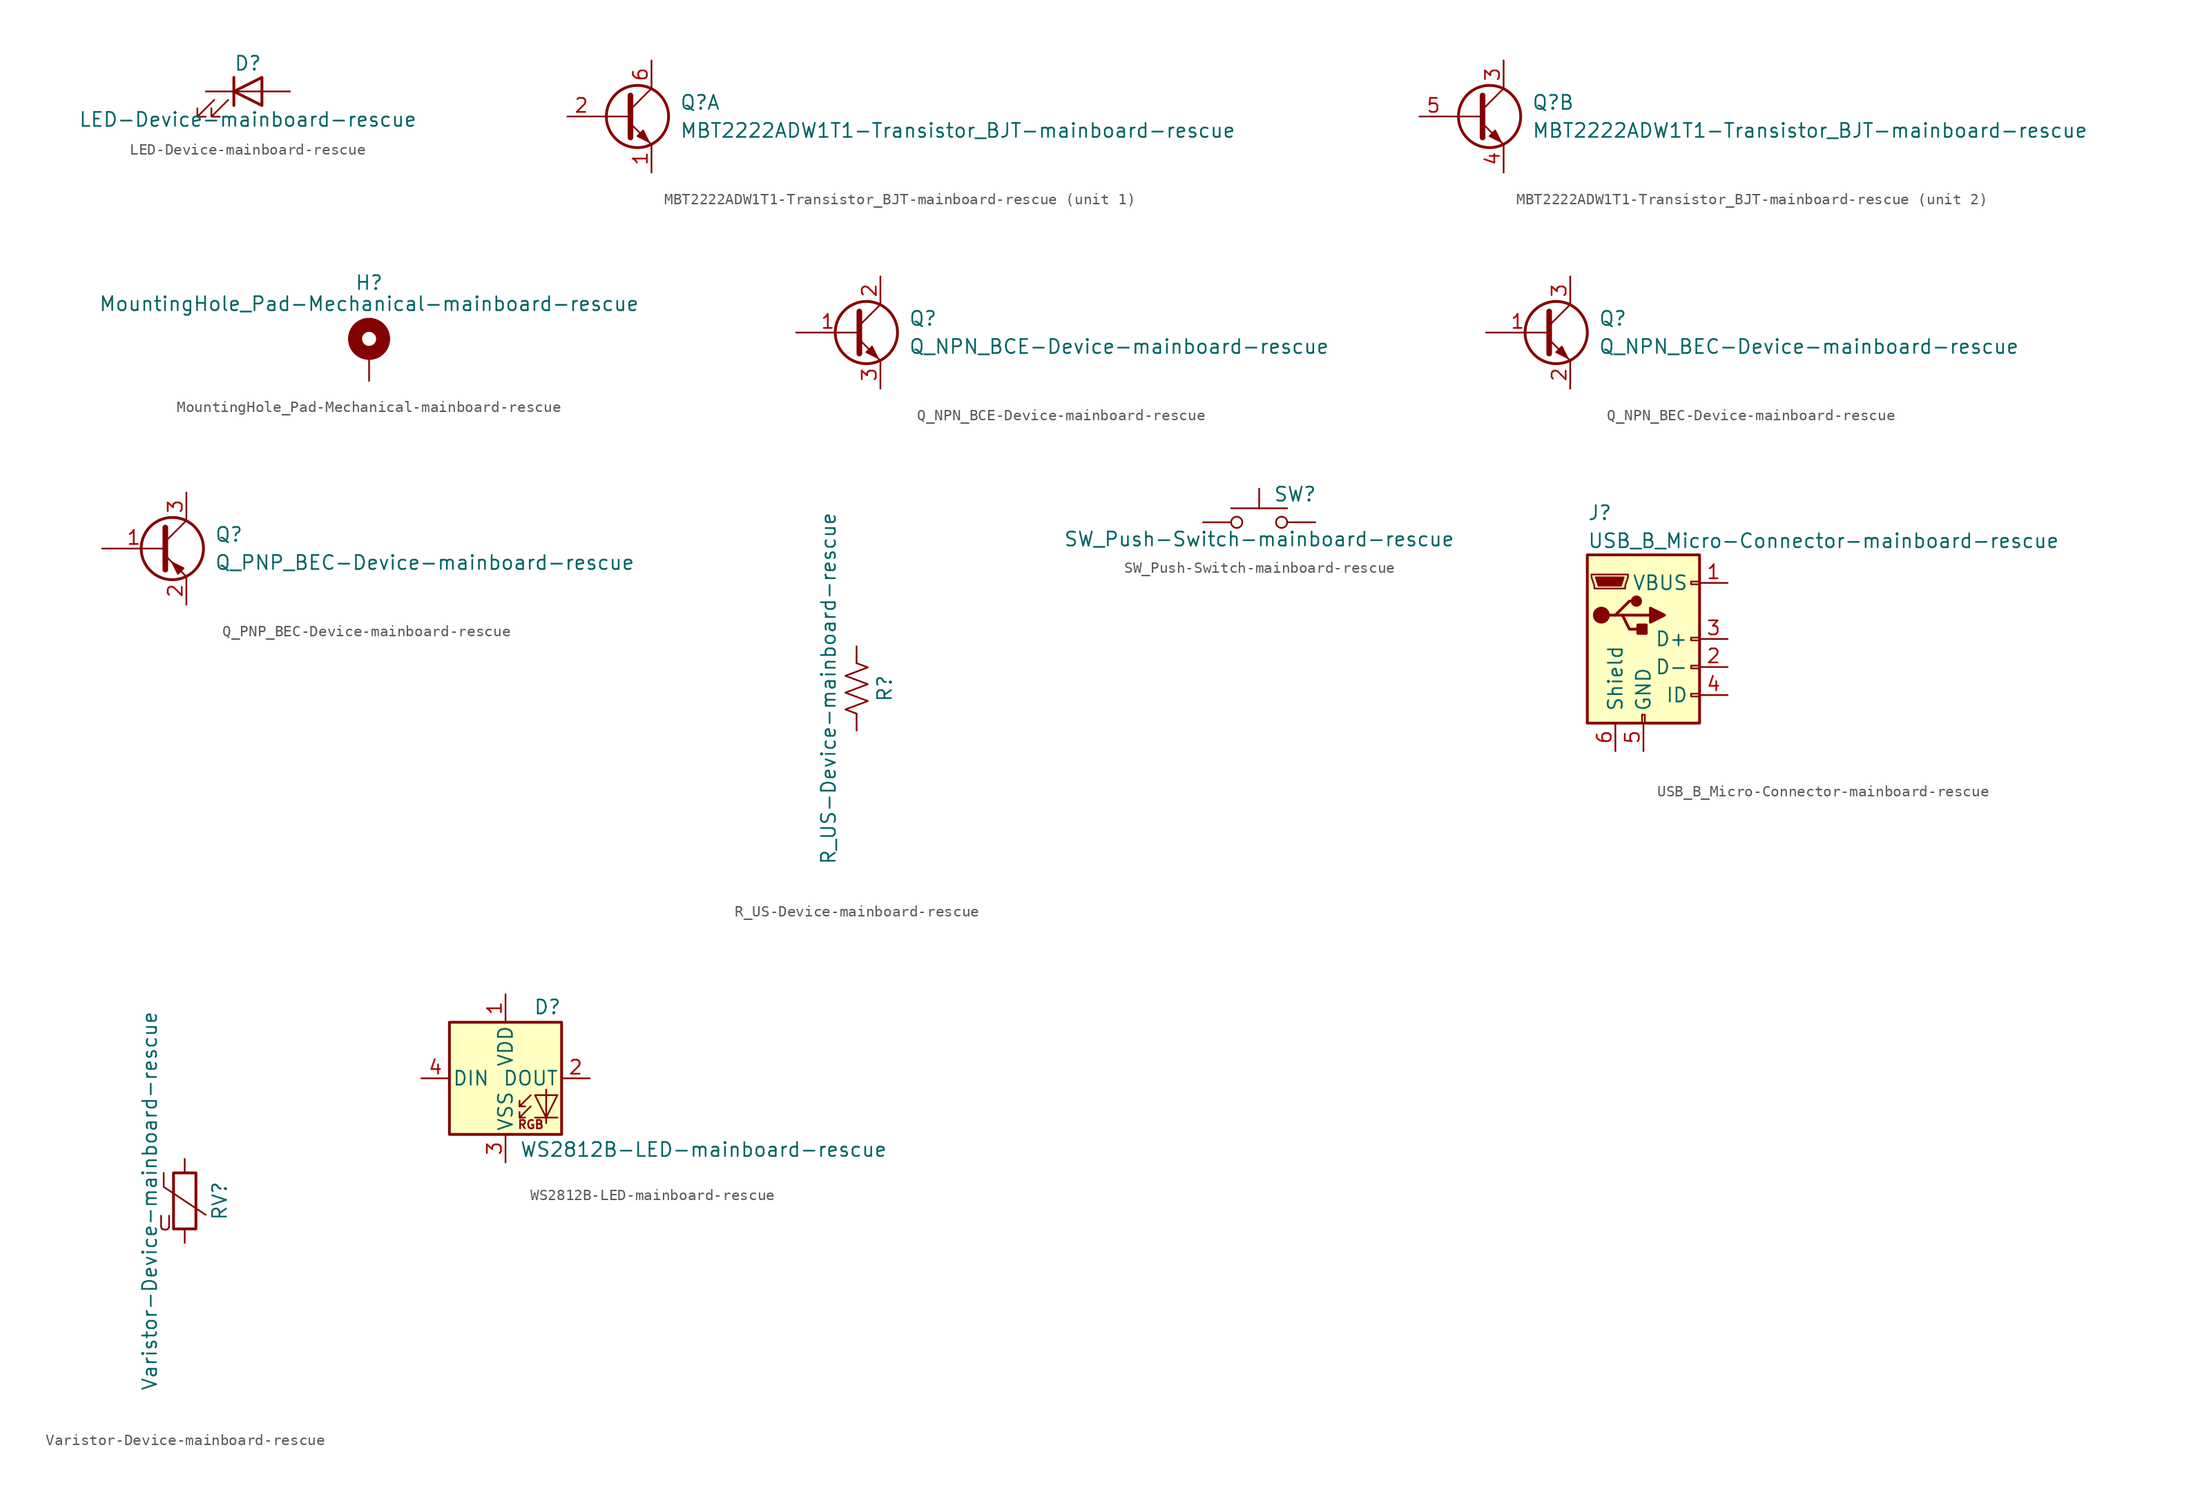
<source format=kicad_sym>
(kicad_symbol_lib
  (version 20211014)
  (generator kicad_symbol_editor)
  (symbol "LED-Device-mainboard-rescue"
    (pin_numbers hide)
    (pin_names
      (offset 1.016) hide)
    (property "Reference" "D"
      (at 0 2.54 0)
      (effects (font (size 1.27 1.27))))
    (property "Value" "LED-Device-mainboard-rescue"
      (at 0 -2.54 0)
      (effects (font (size 1.27 1.27))))
    (symbol "LED-Device-mainboard-rescue_0_1"
      (polyline (pts (xy -1.27 -1.27) (xy -1.27 1.27)) (stroke (width 0.254) (type default) (color 0 0 0 0)) (fill (type none)))
      (polyline (pts (xy -1.27 0) (xy 1.27 0)) (stroke (width 0) (type default) (color 0 0 0 0)) (fill (type none)))
      (polyline (pts (xy 1.27 -1.27) (xy 1.27 1.27) (xy -1.27 0) (xy 1.27 -1.27)) (stroke (width 0.254) (type default) (color 0 0 0 0)) (fill (type none)))
      (polyline (pts (xy -3.048 -0.762) (xy -4.572 -2.286) (xy -3.81 -2.286) (xy -4.572 -2.286) (xy -4.572 -1.524)) (stroke (width 0) (type default) (color 0 0 0 0)) (fill (type none)))
      (polyline (pts (xy -1.778 -0.762) (xy -3.302 -2.286) (xy -2.54 -2.286) (xy -3.302 -2.286) (xy -3.302 -1.524)) (stroke (width 0) (type default) (color 0 0 0 0)) (fill (type none))))
    (symbol "LED-Device-mainboard-rescue_1_1"
      (pin passive line (at -3.81 0 0) (length 2.54) (name "K" (effects (font (size 1.27 1.27)))) (number "1" (effects (font (size 1.27 1.27)))))
      (pin passive line (at 3.81 0 180) (length 2.54) (name "A" (effects (font (size 1.27 1.27)))) (number "2" (effects (font (size 1.27 1.27)))))))
  (symbol "MBT2222ADW1T1-Transistor_BJT-mainboard-rescue"
    (pin_names
      (offset 0) hide)
    (property "Reference" "Q"
      (at 5.08 1.27 0)
      (effects (font (size 1.27 1.27)) (justify left)))
    (property "Value" "MBT2222ADW1T1-Transistor_BJT-mainboard-rescue"
      (at 5.08 -1.27 0)
      (effects (font (size 1.27 1.27)) (justify left)))
    (property "ki_locked" ""
      (at 0 0 0)
      (effects (font (size 1.27 1.27))))
    (symbol "MBT2222ADW1T1-Transistor_BJT-mainboard-rescue_0_1"
      (polyline (pts (xy 0.635 0) (xy -2.54 0)) (stroke (width 0) (type default) (color 0 0 0 0)) (fill (type none)))
      (polyline (pts (xy 0.635 0.635) (xy 2.54 2.54)) (stroke (width 0) (type default) (color 0 0 0 0)) (fill (type none)))
      (polyline (pts (xy 0.635 -0.635) (xy 2.54 -2.54) (xy 2.54 -2.54)) (stroke (width 0) (type default) (color 0 0 0 0)) (fill (type none)))
      (polyline (pts (xy 0.635 1.905) (xy 0.635 -1.905) (xy 0.635 -1.905)) (stroke (width 0.508) (type default) (color 0 0 0 0)) (fill (type none)))
      (polyline (pts (xy 1.27 -1.778) (xy 1.778 -1.27) (xy 2.286 -2.286) (xy 1.27 -1.778) (xy 1.27 -1.778)) (stroke (width 0) (type default) (color 0 0 0 0)) (fill (type outline)))
      (circle (center 1.27 0) (radius 2.819) (stroke (width 0.254) (type default) (color 0 0 0 0)) (fill (type none))))
    (symbol "MBT2222ADW1T1-Transistor_BJT-mainboard-rescue_1_1"
      (pin passive line (at 2.54 -5.08 90) (length 2.54) (name "E1" (effects (font (size 1.27 1.27)))) (number "1" (effects (font (size 1.27 1.27)))))
      (pin input line (at -5.08 0 0) (length 2.54) (name "B1" (effects (font (size 1.27 1.27)))) (number "2" (effects (font (size 1.27 1.27)))))
      (pin passive line (at 2.54 5.08 270) (length 2.54) (name "C1" (effects (font (size 1.27 1.27)))) (number "6" (effects (font (size 1.27 1.27))))))
    (symbol "MBT2222ADW1T1-Transistor_BJT-mainboard-rescue_2_1"
      (pin passive line (at 2.54 5.08 270) (length 2.54) (name "C2" (effects (font (size 1.27 1.27)))) (number "3" (effects (font (size 1.27 1.27)))))
      (pin passive line (at 2.54 -5.08 90) (length 2.54) (name "E2" (effects (font (size 1.27 1.27)))) (number "4" (effects (font (size 1.27 1.27)))))
      (pin input line (at -5.08 0 0) (length 2.54) (name "B2" (effects (font (size 1.27 1.27)))) (number "5" (effects (font (size 1.27 1.27)))))))
  (symbol "MountingHole_Pad-Mechanical-mainboard-rescue"
    (pin_numbers hide)
    (pin_names
      (offset 1.016) hide)
    (property "Reference" "H"
      (at 0 6.35 0)
      (effects (font (size 1.27 1.27))))
    (property "Value" "MountingHole_Pad-Mechanical-mainboard-rescue"
      (at 0 4.445 0)
      (effects (font (size 1.27 1.27))))
    (symbol "MountingHole_Pad-Mechanical-mainboard-rescue_0_1"
      (circle (center 0 1.27) (radius 1.27) (stroke (width 1.27) (type default) (color 0 0 0 0)) (fill (type none))))
    (symbol "MountingHole_Pad-Mechanical-mainboard-rescue_1_1"
      (pin input line (at 0 -2.54 90) (length 2.54) (name "1" (effects (font (size 1.27 1.27)))) (number "1" (effects (font (size 1.27 1.27)))))))
  (symbol "Q_NPN_BCE-Device-mainboard-rescue"
    (pin_names
      (offset 0) hide)
    (property "Reference" "Q"
      (at 5.08 1.27 0)
      (effects (font (size 1.27 1.27)) (justify left)))
    (property "Value" "Q_NPN_BCE-Device-mainboard-rescue"
      (at 5.08 -1.27 0)
      (effects (font (size 1.27 1.27)) (justify left)))
    (symbol "Q_NPN_BCE-Device-mainboard-rescue_0_1"
      (polyline (pts (xy 0.635 0.635) (xy 2.54 2.54)) (stroke (width 0) (type default) (color 0 0 0 0)) (fill (type none)))
      (polyline (pts (xy 0.635 -0.635) (xy 2.54 -2.54) (xy 2.54 -2.54)) (stroke (width 0) (type default) (color 0 0 0 0)) (fill (type none)))
      (polyline (pts (xy 0.635 1.905) (xy 0.635 -1.905) (xy 0.635 -1.905)) (stroke (width 0.508) (type default) (color 0 0 0 0)) (fill (type none)))
      (polyline (pts (xy 1.27 -1.778) (xy 1.778 -1.27) (xy 2.286 -2.286) (xy 1.27 -1.778) (xy 1.27 -1.778)) (stroke (width 0) (type default) (color 0 0 0 0)) (fill (type outline)))
      (circle (center 1.27 0) (radius 2.819) (stroke (width 0.254) (type default) (color 0 0 0 0)) (fill (type none))))
    (symbol "Q_NPN_BCE-Device-mainboard-rescue_1_1"
      (pin input line (at -5.08 0 0) (length 5.715) (name "B" (effects (font (size 1.27 1.27)))) (number "1" (effects (font (size 1.27 1.27)))))
      (pin passive line (at 2.54 5.08 270) (length 2.54) (name "C" (effects (font (size 1.27 1.27)))) (number "2" (effects (font (size 1.27 1.27)))))
      (pin passive line (at 2.54 -5.08 90) (length 2.54) (name "E" (effects (font (size 1.27 1.27)))) (number "3" (effects (font (size 1.27 1.27)))))))
  (symbol "Q_NPN_BEC-Device-mainboard-rescue"
    (pin_names
      (offset 0) hide)
    (property "Reference" "Q"
      (at 5.08 1.27 0)
      (effects (font (size 1.27 1.27)) (justify left)))
    (property "Value" "Q_NPN_BEC-Device-mainboard-rescue"
      (at 5.08 -1.27 0)
      (effects (font (size 1.27 1.27)) (justify left)))
    (symbol "Q_NPN_BEC-Device-mainboard-rescue_0_1"
      (polyline (pts (xy 0.635 0.635) (xy 2.54 2.54)) (stroke (width 0) (type default) (color 0 0 0 0)) (fill (type none)))
      (polyline (pts (xy 0.635 -0.635) (xy 2.54 -2.54) (xy 2.54 -2.54)) (stroke (width 0) (type default) (color 0 0 0 0)) (fill (type none)))
      (polyline (pts (xy 0.635 1.905) (xy 0.635 -1.905) (xy 0.635 -1.905)) (stroke (width 0.508) (type default) (color 0 0 0 0)) (fill (type none)))
      (polyline (pts (xy 1.27 -1.778) (xy 1.778 -1.27) (xy 2.286 -2.286) (xy 1.27 -1.778) (xy 1.27 -1.778)) (stroke (width 0) (type default) (color 0 0 0 0)) (fill (type outline)))
      (circle (center 1.27 0) (radius 2.819) (stroke (width 0.254) (type default) (color 0 0 0 0)) (fill (type none))))
    (symbol "Q_NPN_BEC-Device-mainboard-rescue_1_1"
      (pin input line (at -5.08 0 0) (length 5.715) (name "B" (effects (font (size 1.27 1.27)))) (number "1" (effects (font (size 1.27 1.27)))))
      (pin passive line (at 2.54 -5.08 90) (length 2.54) (name "E" (effects (font (size 1.27 1.27)))) (number "2" (effects (font (size 1.27 1.27)))))
      (pin passive line (at 2.54 5.08 270) (length 2.54) (name "C" (effects (font (size 1.27 1.27)))) (number "3" (effects (font (size 1.27 1.27)))))))
  (symbol "Q_PNP_BEC-Device-mainboard-rescue"
    (pin_names
      (offset 0) hide)
    (property "Reference" "Q"
      (at 5.08 1.27 0)
      (effects (font (size 1.27 1.27)) (justify left)))
    (property "Value" "Q_PNP_BEC-Device-mainboard-rescue"
      (at 5.08 -1.27 0)
      (effects (font (size 1.27 1.27)) (justify left)))
    (symbol "Q_PNP_BEC-Device-mainboard-rescue_0_1"
      (polyline (pts (xy 0.635 0.635) (xy 2.54 2.54)) (stroke (width 0) (type default) (color 0 0 0 0)) (fill (type none)))
      (polyline (pts (xy 0.635 -0.635) (xy 2.54 -2.54) (xy 2.54 -2.54)) (stroke (width 0) (type default) (color 0 0 0 0)) (fill (type none)))
      (polyline (pts (xy 0.635 1.905) (xy 0.635 -1.905) (xy 0.635 -1.905)) (stroke (width 0.508) (type default) (color 0 0 0 0)) (fill (type none)))
      (polyline (pts (xy 2.286 -1.778) (xy 1.778 -2.286) (xy 1.27 -1.27) (xy 2.286 -1.778) (xy 2.286 -1.778)) (stroke (width 0) (type default) (color 0 0 0 0)) (fill (type outline)))
      (circle (center 1.27 0) (radius 2.819) (stroke (width 0.254) (type default) (color 0 0 0 0)) (fill (type none))))
    (symbol "Q_PNP_BEC-Device-mainboard-rescue_1_1"
      (pin input line (at -5.08 0 0) (length 5.715) (name "B" (effects (font (size 1.27 1.27)))) (number "1" (effects (font (size 1.27 1.27)))))
      (pin passive line (at 2.54 -5.08 90) (length 2.54) (name "E" (effects (font (size 1.27 1.27)))) (number "2" (effects (font (size 1.27 1.27)))))
      (pin passive line (at 2.54 5.08 270) (length 2.54) (name "C" (effects (font (size 1.27 1.27)))) (number "3" (effects (font (size 1.27 1.27)))))))
  (symbol "R_US-Device-mainboard-rescue"
    (pin_numbers hide)
    (pin_names
      (offset 0))
    (property "Reference" "R"
      (at 2.54 0 90)
      (effects (font (size 1.27 1.27))))
    (property "Value" "R_US-Device-mainboard-rescue"
      (at -2.54 0 90)
      (effects (font (size 1.27 1.27))))
    (symbol "R_US-Device-mainboard-rescue_0_1"
      (polyline (pts (xy 0 -2.286) (xy 0 -2.54)) (stroke (width 0) (type default) (color 0 0 0 0)) (fill (type none)))
      (polyline (pts (xy 0 2.286) (xy 0 2.54)) (stroke (width 0) (type default) (color 0 0 0 0)) (fill (type none)))
      (polyline (pts (xy 0 -0.762) (xy 1.016 -1.143) (xy 0 -1.524) (xy -1.016 -1.905) (xy 0 -2.286)) (stroke (width 0) (type default) (color 0 0 0 0)) (fill (type none)))
      (polyline (pts (xy 0 0.762) (xy 1.016 0.381) (xy 0 0) (xy -1.016 -0.381) (xy 0 -0.762)) (stroke (width 0) (type default) (color 0 0 0 0)) (fill (type none)))
      (polyline (pts (xy 0 2.286) (xy 1.016 1.905) (xy 0 1.524) (xy -1.016 1.143) (xy 0 0.762)) (stroke (width 0) (type default) (color 0 0 0 0)) (fill (type none))))
    (symbol "R_US-Device-mainboard-rescue_1_1"
      (pin passive line (at 0 3.81 270) (length 1.27) (name "~" (effects (font (size 1.27 1.27)))) (number "1" (effects (font (size 1.27 1.27)))))
      (pin passive line (at 0 -3.81 90) (length 1.27) (name "~" (effects (font (size 1.27 1.27)))) (number "2" (effects (font (size 1.27 1.27)))))))
  (symbol "SW_Push-Switch-mainboard-rescue"
    (pin_numbers hide)
    (pin_names
      (offset 1.016) hide)
    (property "Reference" "SW"
      (at 1.27 2.54 0)
      (effects (font (size 1.27 1.27)) (justify left)))
    (property "Value" "SW_Push-Switch-mainboard-rescue"
      (at 0 -1.524 0)
      (effects (font (size 1.27 1.27))))
    (symbol "SW_Push-Switch-mainboard-rescue_0_1"
      (circle (center -2.032 0) (radius 0.508) (stroke (width 0) (type default) (color 0 0 0 0)) (fill (type none)))
      (polyline (pts (xy 0 1.27) (xy 0 3.048)) (stroke (width 0) (type default) (color 0 0 0 0)) (fill (type none)))
      (polyline (pts (xy 2.54 1.27) (xy -2.54 1.27)) (stroke (width 0) (type default) (color 0 0 0 0)) (fill (type none)))
      (circle (center 2.032 0) (radius 0.508) (stroke (width 0) (type default) (color 0 0 0 0)) (fill (type none)))
      (pin passive line (at -5.08 0 0) (length 2.54) (name "1" (effects (font (size 1.27 1.27)))) (number "1" (effects (font (size 1.27 1.27)))))
      (pin passive line (at 5.08 0 180) (length 2.54) (name "2" (effects (font (size 1.27 1.27)))) (number "2" (effects (font (size 1.27 1.27)))))))
  (symbol "USB_B_Micro-Connector-mainboard-rescue"
    (pin_names
      (offset 1.016))
    (property "Reference" "J"
      (at -5.08 11.43 0)
      (effects (font (size 1.27 1.27)) (justify left)))
    (property "Value" "USB_B_Micro-Connector-mainboard-rescue"
      (at -5.08 8.89 0)
      (effects (font (size 1.27 1.27)) (justify left)))
    (symbol "USB_B_Micro-Connector-mainboard-rescue_0_1"
      (rectangle (start -5.08 -7.62) (end 5.08 7.62) (stroke (width 0.254) (type default) (color 0 0 0 0)) (fill (type background)))
      (circle (center -3.81 2.159) (radius 0.635) (stroke (width 0.254) (type default) (color 0 0 0 0)) (fill (type outline)))
      (circle (center -0.635 3.429) (radius 0.381) (stroke (width 0.254) (type default) (color 0 0 0 0)) (fill (type outline)))
      (rectangle (start -0.127 -7.62) (end 0.127 -6.858) (stroke (width 0) (type default) (color 0 0 0 0)) (fill (type none)))
      (polyline (pts (xy -1.905 2.159) (xy 0.635 2.159)) (stroke (width 0.254) (type default) (color 0 0 0 0)) (fill (type none)))
      (polyline (pts (xy -3.175 2.159) (xy -2.54 2.159) (xy -1.27 3.429) (xy -0.635 3.429)) (stroke (width 0.254) (type default) (color 0 0 0 0)) (fill (type none)))
      (polyline (pts (xy -2.54 2.159) (xy -1.905 2.159) (xy -1.27 0.889) (xy 0 0.889)) (stroke (width 0.254) (type default) (color 0 0 0 0)) (fill (type none)))
      (polyline (pts (xy 0.635 2.794) (xy 0.635 1.524) (xy 1.905 2.159) (xy 0.635 2.794)) (stroke (width 0.254) (type default) (color 0 0 0 0)) (fill (type outline)))
      (polyline (pts (xy -4.318 5.588) (xy -1.778 5.588) (xy -2.032 4.826) (xy -4.064 4.826) (xy -4.318 5.588)) (stroke (width 0) (type default) (color 0 0 0 0)) (fill (type outline)))
      (polyline (pts (xy -4.699 5.842) (xy -4.699 5.588) (xy -4.445 4.826) (xy -4.445 4.572) (xy -1.651 4.572) (xy -1.651 4.826) (xy -1.397 5.588) (xy -1.397 5.842) (xy -4.699 5.842)) (stroke (width 0) (type default) (color 0 0 0 0)) (fill (type none)))
      (rectangle (start 0.254 1.27) (end -0.508 0.508) (stroke (width 0.254) (type default) (color 0 0 0 0)) (fill (type outline)))
      (rectangle (start 5.08 -5.207) (end 4.318 -4.953) (stroke (width 0) (type default) (color 0 0 0 0)) (fill (type none)))
      (rectangle (start 5.08 -2.667) (end 4.318 -2.413) (stroke (width 0) (type default) (color 0 0 0 0)) (fill (type none)))
      (rectangle (start 5.08 -0.127) (end 4.318 0.127) (stroke (width 0) (type default) (color 0 0 0 0)) (fill (type none)))
      (rectangle (start 5.08 4.953) (end 4.318 5.207) (stroke (width 0) (type default) (color 0 0 0 0)) (fill (type none))))
    (symbol "USB_B_Micro-Connector-mainboard-rescue_1_1"
      (pin power_out line (at 7.62 5.08 180) (length 2.54) (name "VBUS" (effects (font (size 1.27 1.27)))) (number "1" (effects (font (size 1.27 1.27)))))
      (pin bidirectional line (at 7.62 -2.54 180) (length 2.54) (name "D-" (effects (font (size 1.27 1.27)))) (number "2" (effects (font (size 1.27 1.27)))))
      (pin bidirectional line (at 7.62 0 180) (length 2.54) (name "D+" (effects (font (size 1.27 1.27)))) (number "3" (effects (font (size 1.27 1.27)))))
      (pin passive line (at 7.62 -5.08 180) (length 2.54) (name "ID" (effects (font (size 1.27 1.27)))) (number "4" (effects (font (size 1.27 1.27)))))
      (pin power_out line (at 0 -10.16 90) (length 2.54) (name "GND" (effects (font (size 1.27 1.27)))) (number "5" (effects (font (size 1.27 1.27)))))
      (pin passive line (at -2.54 -10.16 90) (length 2.54) (name "Shield" (effects (font (size 1.27 1.27)))) (number "6" (effects (font (size 1.27 1.27)))))))
  (symbol "Varistor-Device-mainboard-rescue"
    (pin_numbers hide)
    (pin_names
      (offset 0))
    (property "Reference" "RV"
      (at 3.175 0 90)
      (effects (font (size 1.27 1.27))))
    (property "Value" "Varistor-Device-mainboard-rescue"
      (at -3.175 0 90)
      (effects (font (size 1.27 1.27))))
    (symbol "Varistor-Device-mainboard-rescue_0_0"
      (text "U" (at -1.778 -2.032 0) (effects (font (size 1.27 1.27)))))
    (symbol "Varistor-Device-mainboard-rescue_0_1"
      (rectangle (start -1.016 -2.54) (end 1.016 2.54) (stroke (width 0.254) (type default) (color 0 0 0 0)) (fill (type none)))
      (polyline (pts (xy -1.905 2.54) (xy -1.905 1.27) (xy 1.905 -1.27)) (stroke (width 0) (type default) (color 0 0 0 0)) (fill (type none))))
    (symbol "Varistor-Device-mainboard-rescue_1_1"
      (pin passive line (at 0 3.81 270) (length 1.27) (name "~" (effects (font (size 1.27 1.27)))) (number "1" (effects (font (size 1.27 1.27)))))
      (pin passive line (at 0 -3.81 90) (length 1.27) (name "~" (effects (font (size 1.27 1.27)))) (number "2" (effects (font (size 1.27 1.27)))))))
  (symbol "WS2812B-LED-mainboard-rescue"
    (pin_names
      (offset 0.254))
    (property "Reference" "D"
      (at 5.08 5.715 0)
      (effects (font (size 1.27 1.27)) (justify right bottom)))
    (property "Value" "WS2812B-LED-mainboard-rescue"
      (at 1.27 -5.715 0)
      (effects (font (size 1.27 1.27)) (justify left top)))
    (symbol "WS2812B-LED-mainboard-rescue_0_0"
      (text "RGB" (at 2.286 -4.191 0) (effects (font (size 0.762 0.762)))))
    (symbol "WS2812B-LED-mainboard-rescue_0_1"
      (polyline (pts (xy 1.27 -3.556) (xy 1.778 -3.556)) (stroke (width 0) (type default) (color 0 0 0 0)) (fill (type none)))
      (polyline (pts (xy 1.27 -2.54) (xy 1.778 -2.54)) (stroke (width 0) (type default) (color 0 0 0 0)) (fill (type none)))
      (polyline (pts (xy 4.699 -3.556) (xy 2.667 -3.556)) (stroke (width 0) (type default) (color 0 0 0 0)) (fill (type none)))
      (polyline (pts (xy 2.286 -2.54) (xy 1.27 -3.556) (xy 1.27 -3.048)) (stroke (width 0) (type default) (color 0 0 0 0)) (fill (type none)))
      (polyline (pts (xy 2.286 -1.524) (xy 1.27 -2.54) (xy 1.27 -2.032)) (stroke (width 0) (type default) (color 0 0 0 0)) (fill (type none)))
      (polyline (pts (xy 3.683 -1.016) (xy 3.683 -3.556) (xy 3.683 -4.064)) (stroke (width 0) (type default) (color 0 0 0 0)) (fill (type none)))
      (polyline (pts (xy 4.699 -1.524) (xy 2.667 -1.524) (xy 3.683 -3.556) (xy 4.699 -1.524)) (stroke (width 0) (type default) (color 0 0 0 0)) (fill (type none)))
      (rectangle (start 5.08 5.08) (end -5.08 -5.08) (stroke (width 0.254) (type default) (color 0 0 0 0)) (fill (type background))))
    (symbol "WS2812B-LED-mainboard-rescue_1_1"
      (pin power_in line (at 0 7.62 270) (length 2.54) (name "VDD" (effects (font (size 1.27 1.27)))) (number "1" (effects (font (size 1.27 1.27)))))
      (pin output line (at 7.62 0 180) (length 2.54) (name "DOUT" (effects (font (size 1.27 1.27)))) (number "2" (effects (font (size 1.27 1.27)))))
      (pin power_in line (at 0 -7.62 90) (length 2.54) (name "VSS" (effects (font (size 1.27 1.27)))) (number "3" (effects (font (size 1.27 1.27)))))
      (pin input line (at -7.62 0 0) (length 2.54) (name "DIN" (effects (font (size 1.27 1.27)))) (number "4" (effects (font (size 1.27 1.27))))))))
</source>
